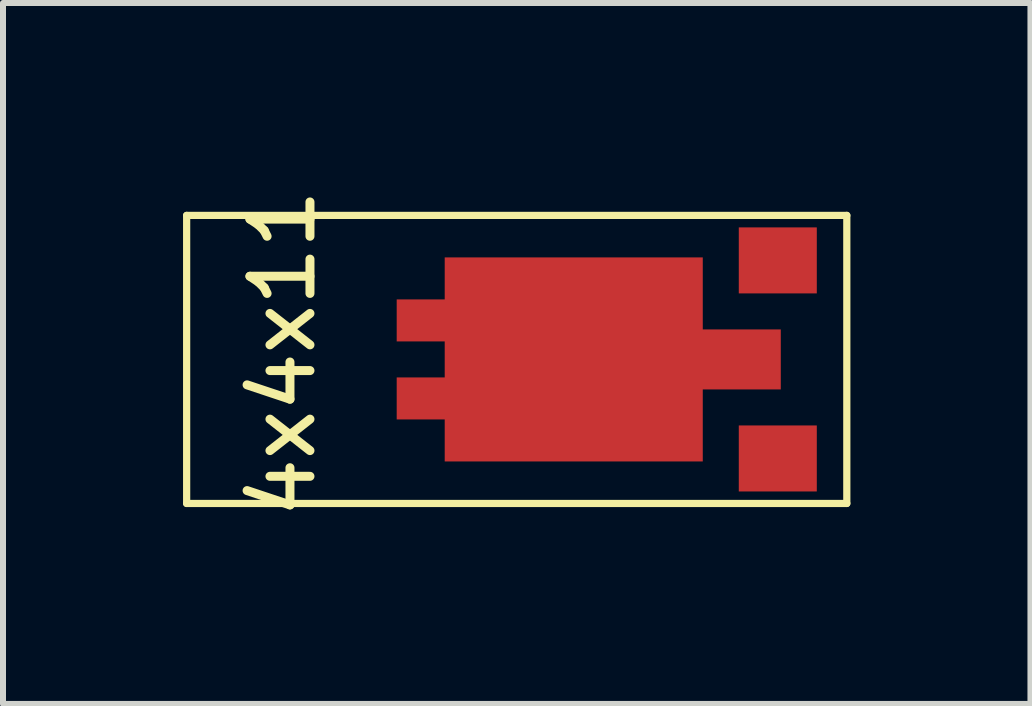
<source format=kicad_pcb>
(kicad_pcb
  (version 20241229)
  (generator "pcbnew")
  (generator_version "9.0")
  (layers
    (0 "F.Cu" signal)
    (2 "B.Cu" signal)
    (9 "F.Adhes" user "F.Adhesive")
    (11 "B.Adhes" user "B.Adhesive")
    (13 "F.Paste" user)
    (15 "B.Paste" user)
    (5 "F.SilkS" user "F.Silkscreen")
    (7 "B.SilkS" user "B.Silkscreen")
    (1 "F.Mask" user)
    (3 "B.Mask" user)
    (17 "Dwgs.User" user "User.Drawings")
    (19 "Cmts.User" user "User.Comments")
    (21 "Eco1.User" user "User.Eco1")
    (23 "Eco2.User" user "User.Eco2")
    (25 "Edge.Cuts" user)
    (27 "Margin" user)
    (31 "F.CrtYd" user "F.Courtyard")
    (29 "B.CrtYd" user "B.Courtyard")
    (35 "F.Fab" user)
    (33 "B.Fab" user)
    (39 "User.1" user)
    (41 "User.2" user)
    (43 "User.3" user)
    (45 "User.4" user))
  (footprint "4x4x11"
    (layer "F.Cu")
    (at 7.06 2.939)
    (property "Reference" "4x4x11" (at -5.4 -0.1 90) (layer "F.SilkS") (effects (font (size 1 1) (thickness 0.15))))
    (attr through_hole)
    (fp_line (start -7 -2.4) (end -7 2.4) (stroke (width 0.12) (type solid)) (layer "F.SilkS"))
    (fp_line (start -7 2.4) (end 4 2.4) (stroke (width 0.12) (type solid)) (layer "F.SilkS"))
    (fp_line (start 4 -2.4) (end -7 -2.4) (stroke (width 0.12) (type solid)) (layer "F.SilkS"))
    (fp_line (start 4 2.4) (end 4 -2.4) (stroke (width 0.12) (type solid)) (layer "F.SilkS"))
    (pad "1" smd rect (at 2.85 -1.65) (size 1.3 1.1) (layers "F.Cu" "F.Mask" "F.Paste"))
    (pad "2" smd rect (at 2.85 1.65) (size 1.3 1.1) (layers "F.Cu" "F.Mask" "F.Paste"))
    (pad "CASE" smd custom (at -1.05 -0.1) (size 1.524 1.524) (layers "F.Cu" "F.Mask" "F.Paste") (options (anchor rect)) (primitives (gr_poly (pts (xy 2.65 -0.4) (xy 3.95 -0.4) (xy 3.95 0.6) (xy 2.65 0.6) (xy 2.65 1.8) (xy -1.65 1.8) (xy -1.65 1.1) (xy -2.45 1.1) (xy -2.45 0.4) (xy -1.65 0.4) (xy -1.65 -0.2) (xy -2.45 -0.2) (xy -2.45 -0.9) (xy -1.65 -0.9) (xy -1.65 -1.6) (xy 2.65 -1.6)) (width 0) (fill yes)))))
  (gr_rect
    (start -3 -3)
    (end 14.12 8.679)
    (stroke (width 0.1) (type default))
    (fill no)
    (layer "Edge.Cuts")))
</source>
